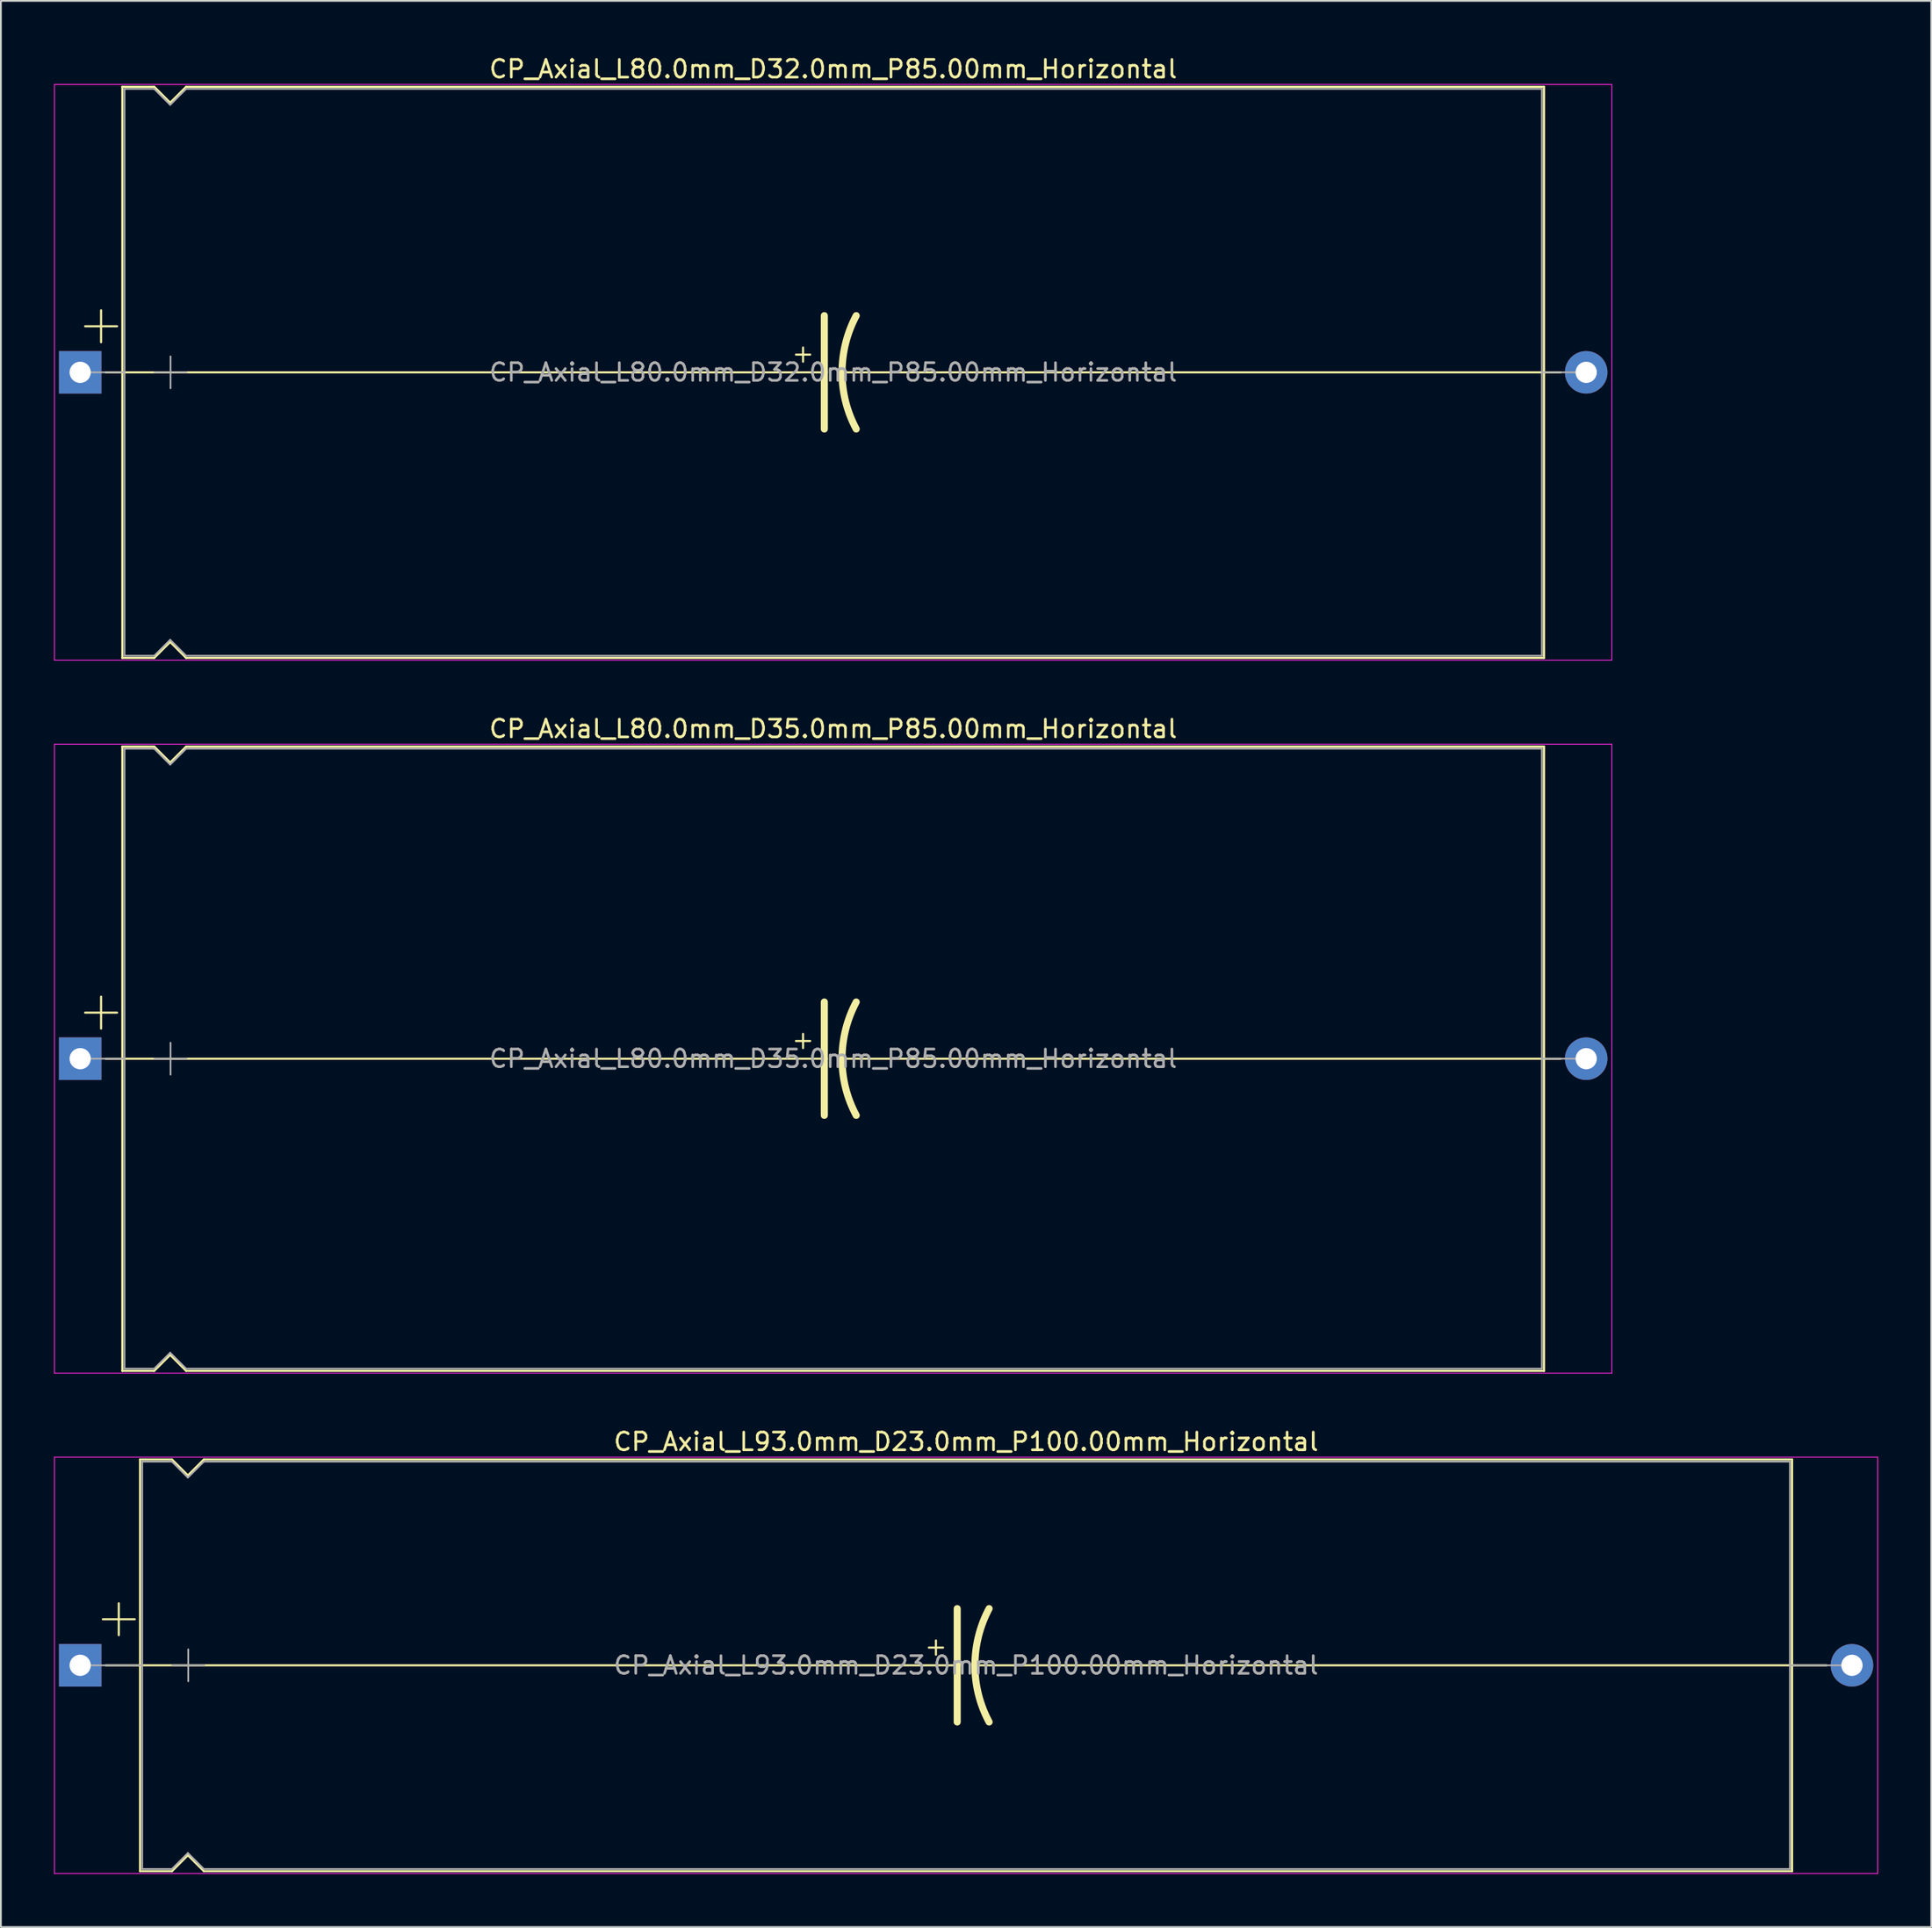
<source format=kicad_pcb>
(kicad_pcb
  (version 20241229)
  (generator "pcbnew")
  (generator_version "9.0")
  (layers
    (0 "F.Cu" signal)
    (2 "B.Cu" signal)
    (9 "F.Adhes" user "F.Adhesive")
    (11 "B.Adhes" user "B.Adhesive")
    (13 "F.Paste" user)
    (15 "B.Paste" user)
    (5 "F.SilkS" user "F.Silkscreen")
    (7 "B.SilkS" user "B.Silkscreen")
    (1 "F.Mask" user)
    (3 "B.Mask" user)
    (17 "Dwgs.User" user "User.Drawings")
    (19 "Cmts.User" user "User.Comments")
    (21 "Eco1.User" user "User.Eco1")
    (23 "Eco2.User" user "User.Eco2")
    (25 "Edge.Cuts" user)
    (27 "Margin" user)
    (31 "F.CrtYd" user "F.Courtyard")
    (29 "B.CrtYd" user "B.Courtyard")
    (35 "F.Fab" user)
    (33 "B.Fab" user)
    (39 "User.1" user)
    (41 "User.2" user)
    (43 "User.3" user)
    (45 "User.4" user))
  (footprint "CP_Axial_L80.0mm_D35.0mm_P85.00mm_Horizontal"
    (layer "F.Cu")
    (at 1.475 56.712)
    (property "Reference" "CP_Axial_L80.0mm_D35.0mm_P85.00mm_Horizontal" (at 42.5 -18.62 0) (layer "F.SilkS") (effects (font (size 1 1) (thickness 0.15))))
    (attr through_hole)
    (fp_line (start 0.28 -2.6) (end 2.08 -2.6) (stroke (width 0.12) (type solid)) (layer "F.SilkS"))
    (fp_line (start 1.18 -3.5) (end 1.18 -1.7) (stroke (width 0.12) (type solid)) (layer "F.SilkS"))
    (fp_line (start 1.44 0) (end 2.38 0) (stroke (width 0.12) (type solid)) (layer "F.SilkS"))
    (fp_line (start 2.38 -17.62) (end 2.38 17.62) (stroke (width 0.12) (type solid)) (layer "F.SilkS"))
    (fp_line (start 2.38 -17.62) (end 4.18 -17.62) (stroke (width 0.12) (type solid)) (layer "F.SilkS"))
    (fp_line (start 2.38 0) (end 42 0) (stroke (width 0.12) (type solid)) (layer "F.SilkS"))
    (fp_line (start 2.38 17.62) (end 4.18 17.62) (stroke (width 0.12) (type solid)) (layer "F.SilkS"))
    (fp_line (start 4.18 -17.62) (end 5.08 -16.72) (stroke (width 0.12) (type solid)) (layer "F.SilkS"))
    (fp_line (start 4.18 17.62) (end 5.08 16.72) (stroke (width 0.12) (type solid)) (layer "F.SilkS"))
    (fp_line (start 5.08 -16.72) (end 5.98 -17.62) (stroke (width 0.12) (type solid)) (layer "F.SilkS"))
    (fp_line (start 5.08 16.72) (end 5.98 17.62) (stroke (width 0.12) (type solid)) (layer "F.SilkS"))
    (fp_line (start 5.98 -17.62) (end 82.62 -17.62) (stroke (width 0.12) (type solid)) (layer "F.SilkS"))
    (fp_line (start 5.98 17.62) (end 82.62 17.62) (stroke (width 0.12) (type solid)) (layer "F.SilkS"))
    (fp_line (start 40.4 -1) (end 41.2 -1) (stroke (width 0.12) (type solid)) (layer "F.SilkS"))
    (fp_line (start 40.8 -1.4) (end 40.8 -0.6) (stroke (width 0.12) (type solid)) (layer "F.SilkS"))
    (fp_line (start 42 0) (end 42 -3.2) (stroke (width 0.4) (type solid)) (layer "F.SilkS"))
    (fp_line (start 42 0) (end 42 3.2) (stroke (width 0.4) (type solid)) (layer "F.SilkS"))
    (fp_line (start 82.62 -17.62) (end 82.62 17.62) (stroke (width 0.12) (type solid)) (layer "F.SilkS"))
    (fp_line (start 82.62 0) (end 43 0) (stroke (width 0.12) (type solid)) (layer "F.SilkS"))
    (fp_line (start 83.56 0) (end 82.62 0) (stroke (width 0.12) (type solid)) (layer "F.SilkS"))
    (fp_arc (start 43 0) (mid 43.203541 -1.649116) (end 43.8 -3.2) (stroke (width 0.4) (type solid)) (layer "F.SilkS"))
    (fp_arc (start 43.8 3.2) (mid 43.200703 1.649824) (end 43 0) (stroke (width 0.4) (type solid)) (layer "F.SilkS"))
    (fp_line (start -1.45 -17.75) (end -1.45 17.75) (stroke (width 0.05) (type solid)) (layer "F.CrtYd"))
    (fp_line (start -1.45 17.75) (end 86.45 17.75) (stroke (width 0.05) (type solid)) (layer "F.CrtYd"))
    (fp_line (start 86.45 -17.75) (end -1.45 -17.75) (stroke (width 0.05) (type solid)) (layer "F.CrtYd"))
    (fp_line (start 86.45 17.75) (end 86.45 -17.75) (stroke (width 0.05) (type solid)) (layer "F.CrtYd"))
    (fp_line (start 0 0) (end 2.5 0) (stroke (width 0.1) (type solid)) (layer "F.Fab"))
    (fp_line (start 2.5 -17.5) (end 2.5 17.5) (stroke (width 0.1) (type solid)) (layer "F.Fab"))
    (fp_line (start 2.5 -17.5) (end 4.18 -17.5) (stroke (width 0.1) (type solid)) (layer "F.Fab"))
    (fp_line (start 2.5 17.5) (end 4.18 17.5) (stroke (width 0.1) (type solid)) (layer "F.Fab"))
    (fp_line (start 4.18 -17.5) (end 5.08 -16.6) (stroke (width 0.1) (type solid)) (layer "F.Fab"))
    (fp_line (start 4.18 17.5) (end 5.08 16.6) (stroke (width 0.1) (type solid)) (layer "F.Fab"))
    (fp_line (start 4.2 0) (end 6 0) (stroke (width 0.1) (type solid)) (layer "F.Fab"))
    (fp_line (start 5.08 -16.6) (end 5.98 -17.5) (stroke (width 0.1) (type solid)) (layer "F.Fab"))
    (fp_line (start 5.08 16.6) (end 5.98 17.5) (stroke (width 0.1) (type solid)) (layer "F.Fab"))
    (fp_line (start 5.1 -0.9) (end 5.1 0.9) (stroke (width 0.1) (type solid)) (layer "F.Fab"))
    (fp_line (start 5.98 -17.5) (end 82.5 -17.5) (stroke (width 0.1) (type solid)) (layer "F.Fab"))
    (fp_line (start 5.98 17.5) (end 82.5 17.5) (stroke (width 0.1) (type solid)) (layer "F.Fab"))
    (fp_line (start 82.5 -17.5) (end 82.5 17.5) (stroke (width 0.1) (type solid)) (layer "F.Fab"))
    (fp_line (start 85 0) (end 82.5 0) (stroke (width 0.1) (type solid)) (layer "F.Fab"))
    (fp_text user "${REFERENCE}" (at 42.5 0 0) (layer "F.Fab") (effects (font (size 1 1) (thickness 0.15))))
    (pad "1" thru_hole rect (at 0 0) (size 2.4 2.4) (drill 1.2) (layers "*.Cu" "*.Mask"))
    (pad "2" thru_hole oval (at 85 0) (size 2.4 2.4) (drill 1.2) (layers "*.Cu" "*.Mask")))
  (footprint "CP_Axial_L93.0mm_D23.0mm_P100.00mm_Horizontal"
    (layer "F.Cu")
    (at 1.475 90.955)
    (property "Reference" "CP_Axial_L93.0mm_D23.0mm_P100.00mm_Horizontal" (at 50 -12.62 0) (layer "F.SilkS") (effects (font (size 1 1) (thickness 0.15))))
    (attr through_hole)
    (fp_line (start 1.28 -2.6) (end 3.08 -2.6) (stroke (width 0.12) (type solid)) (layer "F.SilkS"))
    (fp_line (start 1.44 0) (end 3.38 0) (stroke (width 0.12) (type solid)) (layer "F.SilkS"))
    (fp_line (start 2.18 -3.5) (end 2.18 -1.7) (stroke (width 0.12) (type solid)) (layer "F.SilkS"))
    (fp_line (start 3.38 -11.62) (end 3.38 11.62) (stroke (width 0.12) (type solid)) (layer "F.SilkS"))
    (fp_line (start 3.38 -11.62) (end 5.18 -11.62) (stroke (width 0.12) (type solid)) (layer "F.SilkS"))
    (fp_line (start 3.38 0) (end 49.5 0) (stroke (width 0.12) (type solid)) (layer "F.SilkS"))
    (fp_line (start 3.38 11.62) (end 5.18 11.62) (stroke (width 0.12) (type solid)) (layer "F.SilkS"))
    (fp_line (start 5.18 -11.62) (end 6.08 -10.72) (stroke (width 0.12) (type solid)) (layer "F.SilkS"))
    (fp_line (start 5.18 11.62) (end 6.08 10.72) (stroke (width 0.12) (type solid)) (layer "F.SilkS"))
    (fp_line (start 6.08 -10.72) (end 6.98 -11.62) (stroke (width 0.12) (type solid)) (layer "F.SilkS"))
    (fp_line (start 6.08 10.72) (end 6.98 11.62) (stroke (width 0.12) (type solid)) (layer "F.SilkS"))
    (fp_line (start 6.98 -11.62) (end 96.62 -11.62) (stroke (width 0.12) (type solid)) (layer "F.SilkS"))
    (fp_line (start 6.98 11.62) (end 96.62 11.62) (stroke (width 0.12) (type solid)) (layer "F.SilkS"))
    (fp_line (start 47.9 -1) (end 48.7 -1) (stroke (width 0.12) (type solid)) (layer "F.SilkS"))
    (fp_line (start 48.3 -1.4) (end 48.3 -0.6) (stroke (width 0.12) (type solid)) (layer "F.SilkS"))
    (fp_line (start 49.5 0) (end 49.5 -3.2) (stroke (width 0.4) (type solid)) (layer "F.SilkS"))
    (fp_line (start 49.5 0) (end 49.5 3.2) (stroke (width 0.4) (type solid)) (layer "F.SilkS"))
    (fp_line (start 96.62 -11.62) (end 96.62 11.62) (stroke (width 0.12) (type solid)) (layer "F.SilkS"))
    (fp_line (start 96.62 0) (end 50.5 0) (stroke (width 0.12) (type solid)) (layer "F.SilkS"))
    (fp_line (start 98.56 0) (end 96.62 0) (stroke (width 0.12) (type solid)) (layer "F.SilkS"))
    (fp_arc (start 50.5 0) (mid 50.703541 -1.649116) (end 51.3 -3.2) (stroke (width 0.4) (type solid)) (layer "F.SilkS"))
    (fp_arc (start 51.3 3.2) (mid 50.700703 1.649824) (end 50.5 0) (stroke (width 0.4) (type solid)) (layer "F.SilkS"))
    (fp_line (start -1.45 -11.75) (end -1.45 11.75) (stroke (width 0.05) (type solid)) (layer "F.CrtYd"))
    (fp_line (start -1.45 11.75) (end 101.45 11.75) (stroke (width 0.05) (type solid)) (layer "F.CrtYd"))
    (fp_line (start 101.45 -11.75) (end -1.45 -11.75) (stroke (width 0.05) (type solid)) (layer "F.CrtYd"))
    (fp_line (start 101.45 11.75) (end 101.45 -11.75) (stroke (width 0.05) (type solid)) (layer "F.CrtYd"))
    (fp_line (start 0 0) (end 3.5 0) (stroke (width 0.1) (type solid)) (layer "F.Fab"))
    (fp_line (start 3.5 -11.5) (end 3.5 11.5) (stroke (width 0.1) (type solid)) (layer "F.Fab"))
    (fp_line (start 3.5 -11.5) (end 5.18 -11.5) (stroke (width 0.1) (type solid)) (layer "F.Fab"))
    (fp_line (start 3.5 11.5) (end 5.18 11.5) (stroke (width 0.1) (type solid)) (layer "F.Fab"))
    (fp_line (start 5.18 -11.5) (end 6.08 -10.6) (stroke (width 0.1) (type solid)) (layer "F.Fab"))
    (fp_line (start 5.18 11.5) (end 6.08 10.6) (stroke (width 0.1) (type solid)) (layer "F.Fab"))
    (fp_line (start 5.2 0) (end 7 0) (stroke (width 0.1) (type solid)) (layer "F.Fab"))
    (fp_line (start 6.08 -10.6) (end 6.98 -11.5) (stroke (width 0.1) (type solid)) (layer "F.Fab"))
    (fp_line (start 6.08 10.6) (end 6.98 11.5) (stroke (width 0.1) (type solid)) (layer "F.Fab"))
    (fp_line (start 6.1 -0.9) (end 6.1 0.9) (stroke (width 0.1) (type solid)) (layer "F.Fab"))
    (fp_line (start 6.98 -11.5) (end 96.5 -11.5) (stroke (width 0.1) (type solid)) (layer "F.Fab"))
    (fp_line (start 6.98 11.5) (end 96.5 11.5) (stroke (width 0.1) (type solid)) (layer "F.Fab"))
    (fp_line (start 96.5 -11.5) (end 96.5 11.5) (stroke (width 0.1) (type solid)) (layer "F.Fab"))
    (fp_line (start 100 0) (end 96.5 0) (stroke (width 0.1) (type solid)) (layer "F.Fab"))
    (fp_text user "${REFERENCE}" (at 50 0 0) (layer "F.Fab") (effects (font (size 1 1) (thickness 0.15))))
    (pad "1" thru_hole rect (at 0 0) (size 2.4 2.4) (drill 1.2) (layers "*.Cu" "*.Mask"))
    (pad "2" thru_hole oval (at 100 0) (size 2.4 2.4) (drill 1.2) (layers "*.Cu" "*.Mask")))
  (footprint "CP_Axial_L80.0mm_D32.0mm_P85.00mm_Horizontal"
    (layer "F.Cu")
    (at 1.475 17.968)
    (property "Reference" "CP_Axial_L80.0mm_D32.0mm_P85.00mm_Horizontal" (at 42.5 -17.12 0) (layer "F.SilkS") (effects (font (size 1 1) (thickness 0.15))))
    (attr through_hole)
    (fp_line (start 0.28 -2.6) (end 2.08 -2.6) (stroke (width 0.12) (type solid)) (layer "F.SilkS"))
    (fp_line (start 1.18 -3.5) (end 1.18 -1.7) (stroke (width 0.12) (type solid)) (layer "F.SilkS"))
    (fp_line (start 1.44 0) (end 2.38 0) (stroke (width 0.12) (type solid)) (layer "F.SilkS"))
    (fp_line (start 2.38 -16.12) (end 2.38 16.12) (stroke (width 0.12) (type solid)) (layer "F.SilkS"))
    (fp_line (start 2.38 -16.12) (end 4.18 -16.12) (stroke (width 0.12) (type solid)) (layer "F.SilkS"))
    (fp_line (start 2.38 0) (end 42 0) (stroke (width 0.12) (type solid)) (layer "F.SilkS"))
    (fp_line (start 2.38 16.12) (end 4.18 16.12) (stroke (width 0.12) (type solid)) (layer "F.SilkS"))
    (fp_line (start 4.18 -16.12) (end 5.08 -15.22) (stroke (width 0.12) (type solid)) (layer "F.SilkS"))
    (fp_line (start 4.18 16.12) (end 5.08 15.22) (stroke (width 0.12) (type solid)) (layer "F.SilkS"))
    (fp_line (start 5.08 -15.22) (end 5.98 -16.12) (stroke (width 0.12) (type solid)) (layer "F.SilkS"))
    (fp_line (start 5.08 15.22) (end 5.98 16.12) (stroke (width 0.12) (type solid)) (layer "F.SilkS"))
    (fp_line (start 5.98 -16.12) (end 82.62 -16.12) (stroke (width 0.12) (type solid)) (layer "F.SilkS"))
    (fp_line (start 5.98 16.12) (end 82.62 16.12) (stroke (width 0.12) (type solid)) (layer "F.SilkS"))
    (fp_line (start 40.4 -1) (end 41.2 -1) (stroke (width 0.12) (type solid)) (layer "F.SilkS"))
    (fp_line (start 40.8 -1.4) (end 40.8 -0.6) (stroke (width 0.12) (type solid)) (layer "F.SilkS"))
    (fp_line (start 42 0) (end 42 -3.2) (stroke (width 0.4) (type solid)) (layer "F.SilkS"))
    (fp_line (start 42 0) (end 42 3.2) (stroke (width 0.4) (type solid)) (layer "F.SilkS"))
    (fp_line (start 82.62 -16.12) (end 82.62 16.12) (stroke (width 0.12) (type solid)) (layer "F.SilkS"))
    (fp_line (start 82.62 0) (end 43 0) (stroke (width 0.12) (type solid)) (layer "F.SilkS"))
    (fp_line (start 83.56 0) (end 82.62 0) (stroke (width 0.12) (type solid)) (layer "F.SilkS"))
    (fp_arc (start 43 0) (mid 43.203541 -1.649116) (end 43.8 -3.2) (stroke (width 0.4) (type solid)) (layer "F.SilkS"))
    (fp_arc (start 43.8 3.2) (mid 43.200703 1.649824) (end 43 0) (stroke (width 0.4) (type solid)) (layer "F.SilkS"))
    (fp_line (start -1.45 -16.25) (end -1.45 16.25) (stroke (width 0.05) (type solid)) (layer "F.CrtYd"))
    (fp_line (start -1.45 16.25) (end 86.45 16.25) (stroke (width 0.05) (type solid)) (layer "F.CrtYd"))
    (fp_line (start 86.45 -16.25) (end -1.45 -16.25) (stroke (width 0.05) (type solid)) (layer "F.CrtYd"))
    (fp_line (start 86.45 16.25) (end 86.45 -16.25) (stroke (width 0.05) (type solid)) (layer "F.CrtYd"))
    (fp_line (start 0 0) (end 2.5 0) (stroke (width 0.1) (type solid)) (layer "F.Fab"))
    (fp_line (start 2.5 -16) (end 2.5 16) (stroke (width 0.1) (type solid)) (layer "F.Fab"))
    (fp_line (start 2.5 -16) (end 4.18 -16) (stroke (width 0.1) (type solid)) (layer "F.Fab"))
    (fp_line (start 2.5 16) (end 4.18 16) (stroke (width 0.1) (type solid)) (layer "F.Fab"))
    (fp_line (start 4.18 -16) (end 5.08 -15.1) (stroke (width 0.1) (type solid)) (layer "F.Fab"))
    (fp_line (start 4.18 16) (end 5.08 15.1) (stroke (width 0.1) (type solid)) (layer "F.Fab"))
    (fp_line (start 4.2 0) (end 6 0) (stroke (width 0.1) (type solid)) (layer "F.Fab"))
    (fp_line (start 5.08 -15.1) (end 5.98 -16) (stroke (width 0.1) (type solid)) (layer "F.Fab"))
    (fp_line (start 5.08 15.1) (end 5.98 16) (stroke (width 0.1) (type solid)) (layer "F.Fab"))
    (fp_line (start 5.1 -0.9) (end 5.1 0.9) (stroke (width 0.1) (type solid)) (layer "F.Fab"))
    (fp_line (start 5.98 -16) (end 82.5 -16) (stroke (width 0.1) (type solid)) (layer "F.Fab"))
    (fp_line (start 5.98 16) (end 82.5 16) (stroke (width 0.1) (type solid)) (layer "F.Fab"))
    (fp_line (start 82.5 -16) (end 82.5 16) (stroke (width 0.1) (type solid)) (layer "F.Fab"))
    (fp_line (start 85 0) (end 82.5 0) (stroke (width 0.1) (type solid)) (layer "F.Fab"))
    (fp_text user "${REFERENCE}" (at 42.5 0 0) (layer "F.Fab") (effects (font (size 1 1) (thickness 0.15))))
    (pad "1" thru_hole rect (at 0 0) (size 2.4 2.4) (drill 1.2) (layers "*.Cu" "*.Mask"))
    (pad "2" thru_hole oval (at 85 0) (size 2.4 2.4) (drill 1.2) (layers "*.Cu" "*.Mask")))
  (gr_rect
    (start -3 -3)
    (end 105.95 105.73)
    (stroke (width 0.1) (type default))
    (fill no)
    (layer "Edge.Cuts")))
</source>
